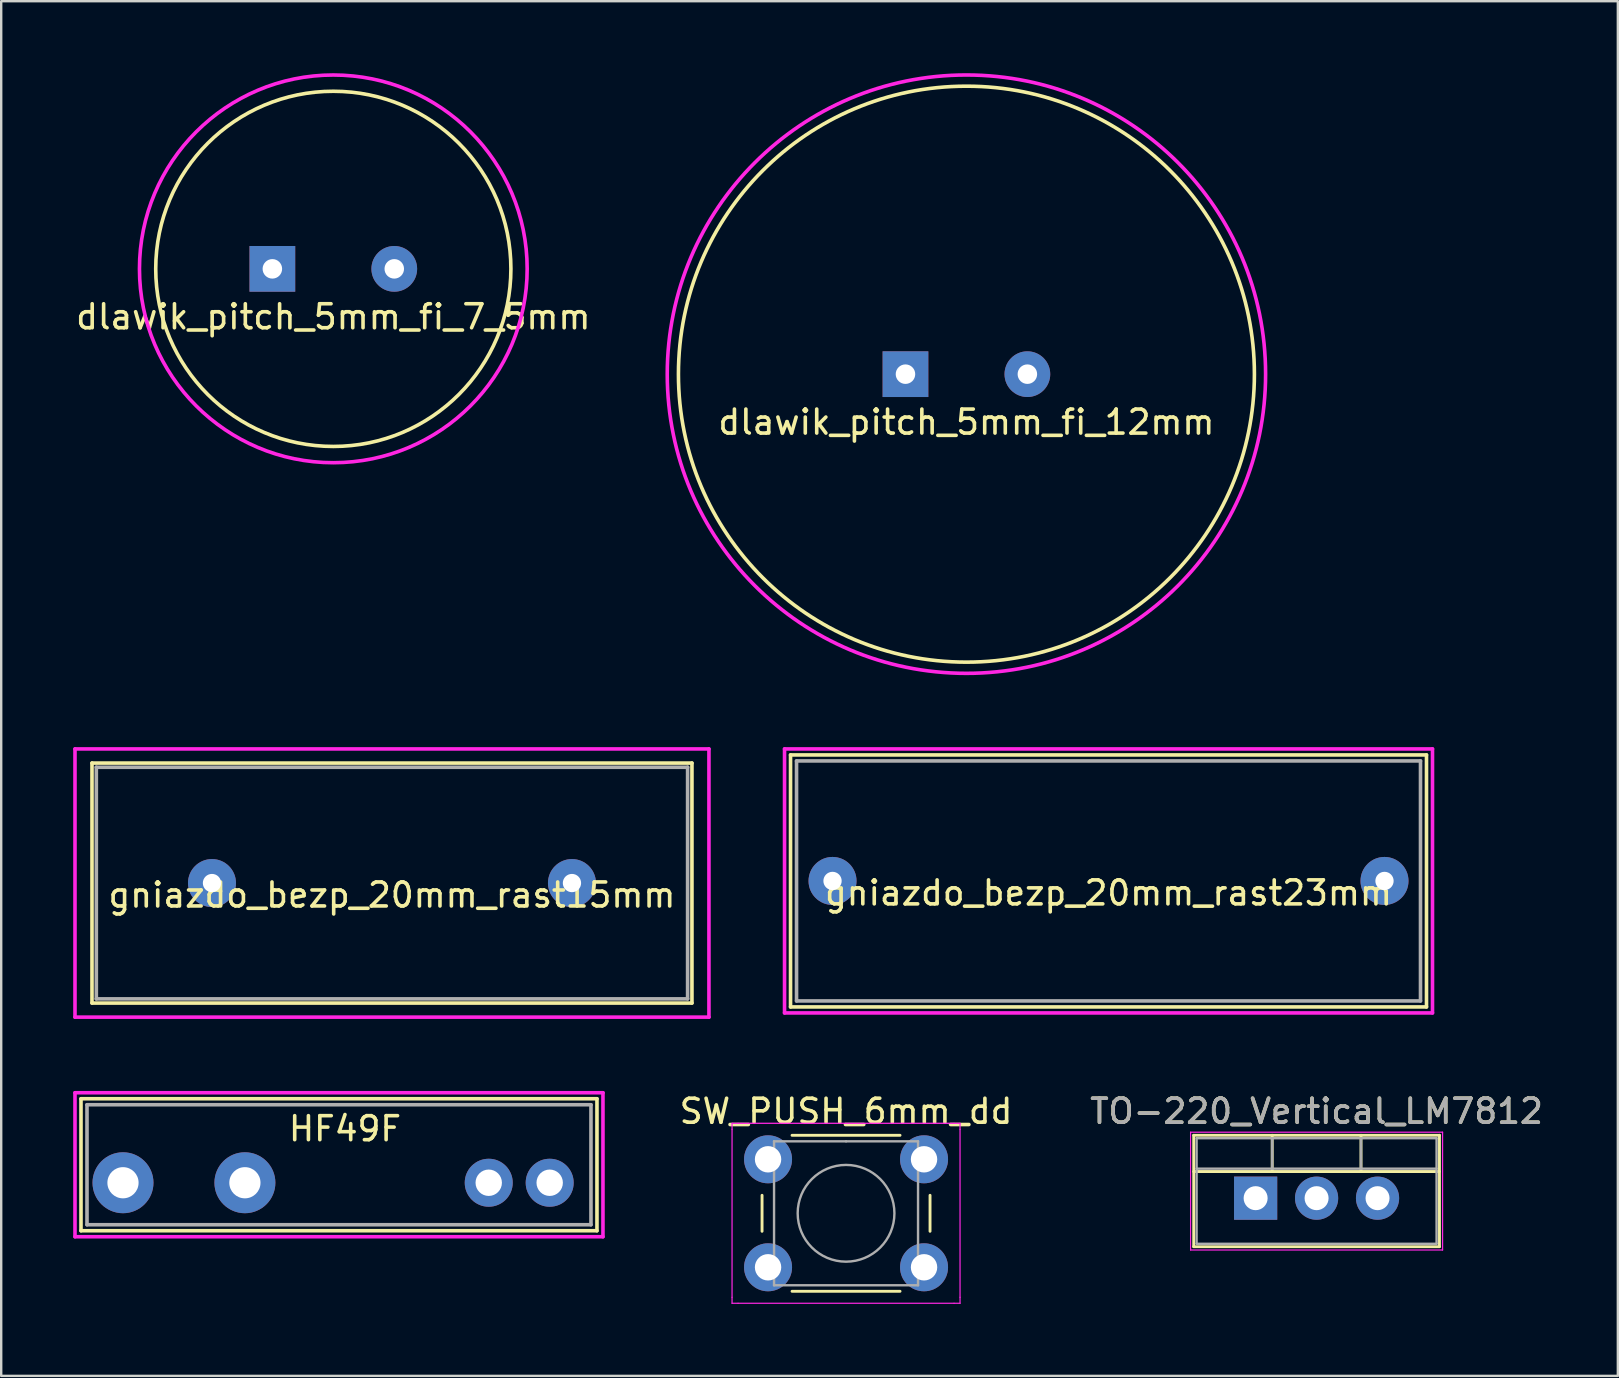
<source format=kicad_pcb>
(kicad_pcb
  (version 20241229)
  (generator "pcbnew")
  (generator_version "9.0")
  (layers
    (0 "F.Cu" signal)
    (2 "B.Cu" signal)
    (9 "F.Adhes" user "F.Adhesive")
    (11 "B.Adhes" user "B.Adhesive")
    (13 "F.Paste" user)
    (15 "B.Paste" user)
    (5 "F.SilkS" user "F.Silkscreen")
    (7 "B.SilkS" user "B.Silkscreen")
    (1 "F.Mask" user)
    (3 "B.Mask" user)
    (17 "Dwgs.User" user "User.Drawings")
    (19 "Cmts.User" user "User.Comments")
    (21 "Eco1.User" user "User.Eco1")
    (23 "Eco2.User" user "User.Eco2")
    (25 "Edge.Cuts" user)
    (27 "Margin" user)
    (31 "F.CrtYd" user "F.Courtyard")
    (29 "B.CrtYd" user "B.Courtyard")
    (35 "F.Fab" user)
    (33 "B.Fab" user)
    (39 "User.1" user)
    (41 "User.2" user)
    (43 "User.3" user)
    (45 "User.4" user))
  (footprint "SW_PUSH_6mm_dd"
    (layer "F.Cu")
    (at 28.954 45.257)
    (property "Reference" "SW_PUSH_6mm_dd" (at 3.25 -2 0) (layer "F.SilkS") (effects (font (size 1 1) (thickness 0.15))))
    (attr through_hole)
    (fp_line (start -0.25 1.5) (end -0.25 3) (stroke (width 0.12) (type solid)) (layer "F.SilkS"))
    (fp_line (start 1 5.5) (end 5.5 5.5) (stroke (width 0.12) (type solid)) (layer "F.SilkS"))
    (fp_line (start 5.5 -1) (end 1 -1) (stroke (width 0.12) (type solid)) (layer "F.SilkS"))
    (fp_line (start 6.75 3) (end 6.75 1.5) (stroke (width 0.12) (type solid)) (layer "F.SilkS"))
    (fp_line (start -1.5 -1.5) (end -1.25 -1.5) (stroke (width 0.05) (type solid)) (layer "F.CrtYd"))
    (fp_line (start -1.5 -1.25) (end -1.5 -1.5) (stroke (width 0.05) (type solid)) (layer "F.CrtYd"))
    (fp_line (start -1.5 5.75) (end -1.5 -1.25) (stroke (width 0.05) (type solid)) (layer "F.CrtYd"))
    (fp_line (start -1.5 5.75) (end -1.5 6) (stroke (width 0.05) (type solid)) (layer "F.CrtYd"))
    (fp_line (start -1.5 6) (end -1.25 6) (stroke (width 0.05) (type solid)) (layer "F.CrtYd"))
    (fp_line (start -1.25 -1.5) (end 7.75 -1.5) (stroke (width 0.05) (type solid)) (layer "F.CrtYd"))
    (fp_line (start 7.75 -1.5) (end 8 -1.5) (stroke (width 0.05) (type solid)) (layer "F.CrtYd"))
    (fp_line (start 7.75 6) (end -1.25 6) (stroke (width 0.05) (type solid)) (layer "F.CrtYd"))
    (fp_line (start 7.75 6) (end 8 6) (stroke (width 0.05) (type solid)) (layer "F.CrtYd"))
    (fp_line (start 8 -1.5) (end 8 -1.25) (stroke (width 0.05) (type solid)) (layer "F.CrtYd"))
    (fp_line (start 8 -1.25) (end 8 5.75) (stroke (width 0.05) (type solid)) (layer "F.CrtYd"))
    (fp_line (start 8 6) (end 8 5.75) (stroke (width 0.05) (type solid)) (layer "F.CrtYd"))
    (fp_line (start 0.25 -0.75) (end 3.25 -0.75) (stroke (width 0.1) (type solid)) (layer "F.Fab"))
    (fp_line (start 0.25 5.25) (end 0.25 -0.75) (stroke (width 0.1) (type solid)) (layer "F.Fab"))
    (fp_line (start 3.25 -0.75) (end 6.25 -0.75) (stroke (width 0.1) (type solid)) (layer "F.Fab"))
    (fp_line (start 6.25 -0.75) (end 6.25 5.25) (stroke (width 0.1) (type solid)) (layer "F.Fab"))
    (fp_line (start 6.25 5.25) (end 0.25 5.25) (stroke (width 0.1) (type solid)) (layer "F.Fab"))
    (fp_circle (center 3.25 2.25) (end 1.25 2.5) (stroke (width 0.1) (type solid)) (fill no) (layer "F.Fab"))
    (pad "1" thru_hole circle (at 0 0 90) (size 2 2) (drill 1.1) (layers "*.Cu" "*.Mask"))
    (pad "2" thru_hole circle (at 6.5 0 90) (size 2 2) (drill 1.1) (layers "*.Cu" "*.Mask"))
    (pad "3" thru_hole circle (at 0 4.5 90) (size 2 2) (drill 1.1) (layers "*.Cu" "*.Mask"))
    (pad "4" thru_hole circle (at 6.5 4.5 90) (size 2 2) (drill 1.1) (layers "*.Cu" "*.Mask")))
  (footprint "TO-220_Vertical_LM7812"
    (layer "F.Cu")
    (at 49.271 46.877)
    (property "Reference" "TO-220_Vertical_LM7812" (at 2.54 -3.62 0) (layer "F.SilkS") (effects (font (size 1 1) (thickness 0.15))))
    (attr through_hole)
    (fp_line (start -2.58 -2.62) (end -2.58 2.021) (stroke (width 0.12) (type solid)) (layer "F.SilkS"))
    (fp_line (start -2.58 -2.62) (end 7.66 -2.62) (stroke (width 0.12) (type solid)) (layer "F.SilkS"))
    (fp_line (start -2.58 -1.11) (end 7.66 -1.11) (stroke (width 0.12) (type solid)) (layer "F.SilkS"))
    (fp_line (start -2.58 2.021) (end 7.66 2.021) (stroke (width 0.12) (type solid)) (layer "F.SilkS"))
    (fp_line (start 0.69 -2.62) (end 0.69 -1.11) (stroke (width 0.12) (type solid)) (layer "F.SilkS"))
    (fp_line (start 4.391 -2.62) (end 4.391 -1.11) (stroke (width 0.12) (type solid)) (layer "F.SilkS"))
    (fp_line (start 7.66 -2.62) (end 7.66 2.021) (stroke (width 0.12) (type solid)) (layer "F.SilkS"))
    (fp_line (start -2.71 -2.75) (end -2.71 2.16) (stroke (width 0.05) (type solid)) (layer "F.CrtYd"))
    (fp_line (start -2.71 2.16) (end 7.79 2.16) (stroke (width 0.05) (type solid)) (layer "F.CrtYd"))
    (fp_line (start 7.79 -2.75) (end -2.71 -2.75) (stroke (width 0.05) (type solid)) (layer "F.CrtYd"))
    (fp_line (start 7.79 2.16) (end 7.79 -2.75) (stroke (width 0.05) (type solid)) (layer "F.CrtYd"))
    (fp_line (start -2.46 -2.5) (end -2.46 1.9) (stroke (width 0.1) (type solid)) (layer "F.Fab"))
    (fp_line (start -2.46 -1.23) (end 7.54 -1.23) (stroke (width 0.1) (type solid)) (layer "F.Fab"))
    (fp_line (start -2.46 1.9) (end 7.54 1.9) (stroke (width 0.1) (type solid)) (layer "F.Fab"))
    (fp_line (start 0.69 -2.5) (end 0.69 -1.23) (stroke (width 0.1) (type solid)) (layer "F.Fab"))
    (fp_line (start 4.39 -2.5) (end 4.39 -1.23) (stroke (width 0.1) (type solid)) (layer "F.Fab"))
    (fp_line (start 7.54 -2.5) (end -2.46 -2.5) (stroke (width 0.1) (type solid)) (layer "F.Fab"))
    (fp_line (start 7.54 1.9) (end 7.54 -2.5) (stroke (width 0.1) (type solid)) (layer "F.Fab"))
    (fp_text user "${REFERENCE}" (at 2.54 -3.62 0) (layer "F.Fab") (effects (font (size 1 1) (thickness 0.15))))
    (pad "GND" thru_hole oval (at 2.54 0) (size 1.8 1.8) (drill 1) (layers "*.Cu" "*.Mask"))
    (pad "VI" thru_hole rect (at 0 0) (size 1.8 1.8) (drill 1) (layers "*.Cu" "*.Mask"))
    (pad "VO" thru_hole oval (at 5.08 0) (size 1.8 1.8) (drill 1) (layers "*.Cu" "*.Mask")))
  (footprint "gniazdo_bezp_20mm_rast23mm"
    (layer "F.Cu")
    (at 43.141 33.658)
    (property "Reference" "gniazdo_bezp_20mm_rast23mm" (at 0 0.5 0) (layer "F.SilkS") (effects (font (size 1 1) (thickness 0.15))))
    (attr through_hole)
    (fp_line (start -13.25 -5.25) (end 13.25 -5.25) (stroke (width 0.15) (type solid)) (layer "F.SilkS"))
    (fp_line (start -13.25 5.25) (end -13.25 -5.25) (stroke (width 0.15) (type solid)) (layer "F.SilkS"))
    (fp_line (start 13.25 -5.25) (end 13.25 5.25) (stroke (width 0.15) (type solid)) (layer "F.SilkS"))
    (fp_line (start 13.25 5.25) (end -13.25 5.25) (stroke (width 0.15) (type solid)) (layer "F.SilkS"))
    (fp_line (start -13.5 -5.5) (end 13.5 -5.5) (stroke (width 0.15) (type solid)) (layer "F.CrtYd"))
    (fp_line (start -13.5 5.5) (end -13.5 -5.5) (stroke (width 0.15) (type solid)) (layer "F.CrtYd"))
    (fp_line (start 13.5 -5.5) (end 13.5 5.5) (stroke (width 0.15) (type solid)) (layer "F.CrtYd"))
    (fp_line (start 13.5 5.5) (end -13.5 5.5) (stroke (width 0.15) (type solid)) (layer "F.CrtYd"))
    (fp_line (start -13 -5) (end -13 5) (stroke (width 0.15) (type solid)) (layer "F.Fab"))
    (fp_line (start -13 5) (end 13 5) (stroke (width 0.15) (type solid)) (layer "F.Fab"))
    (fp_line (start 13 -5) (end -13 -5) (stroke (width 0.15) (type solid)) (layer "F.Fab"))
    (fp_line (start 13 5) (end 13 -5) (stroke (width 0.15) (type solid)) (layer "F.Fab"))
    (pad "1" thru_hole circle (at -11.5 0) (size 2 2) (drill 0.762) (layers "*.Cu" "*.Mask"))
    (pad "2" thru_hole circle (at 11.5 0) (size 2 2) (drill 0.762) (layers "*.Cu" "*.Mask")))
  (footprint "dlawik_pitch_5mm_fi_12mm"
    (layer "F.Cu")
    (at 37.22 12.541)
    (property "Reference" "dlawik_pitch_5mm_fi_12mm" (at 0 1.999 0) (layer "F.SilkS") (effects (font (size 1 1) (thickness 0.15))))
    (attr through_hole)
    (fp_circle (center 0 0) (end 12 0) (stroke (width 0.15) (type solid)) (fill no) (layer "F.SilkS"))
    (fp_circle (center 0 0) (end 12.1 3) (stroke (width 0.15) (type solid)) (fill no) (layer "F.CrtYd"))
    (pad "1" thru_hole rect (at -2.54 0) (size 1.905 1.905) (drill 0.813) (layers "*.Cu" "*.Mask"))
    (pad "2" thru_hole circle (at 2.54 0) (size 1.905 1.905) (drill 0.813) (layers "*.Cu" "*.Mask")))
  (footprint "dlawik_pitch_5mm_fi_7_5mm"
    (layer "F.Cu")
    (at 10.839 8.153)
    (property "Reference" "dlawik_pitch_5mm_fi_7_5mm" (at 0 1.999 0) (layer "F.SilkS") (effects (font (size 1 1) (thickness 0.15))))
    (attr through_hole)
    (fp_circle (center 0 0) (end 7.4 0) (stroke (width 0.15) (type solid)) (fill no) (layer "F.SilkS"))
    (fp_circle (center 0 0) (end 7.5 3) (stroke (width 0.15) (type solid)) (fill no) (layer "F.CrtYd"))
    (pad "1" thru_hole rect (at -2.54 0) (size 1.905 1.905) (drill 0.813) (layers "*.Cu" "*.Mask"))
    (pad "2" thru_hole circle (at 2.54 0) (size 1.905 1.905) (drill 0.813) (layers "*.Cu" "*.Mask")))
  (footprint "gniazdo_bezp_20mm_rast15mm"
    (layer "F.Cu")
    (at 13.283 33.746)
    (property "Reference" "gniazdo_bezp_20mm_rast15mm" (at 0 0.5 0) (layer "F.SilkS") (effects (font (size 1 1) (thickness 0.15))))
    (attr through_hole)
    (fp_line (start -12.5 -5) (end -12.5 5) (stroke (width 0.15) (type solid)) (layer "F.SilkS"))
    (fp_line (start -12.5 5) (end 12.5 5) (stroke (width 0.15) (type solid)) (layer "F.SilkS"))
    (fp_line (start 12.5 -5) (end -12.5 -5) (stroke (width 0.15) (type solid)) (layer "F.SilkS"))
    (fp_line (start 12.5 5) (end 12.5 -5) (stroke (width 0.15) (type solid)) (layer "F.SilkS"))
    (fp_line (start -13.208 -5.588) (end 13.208 -5.588) (stroke (width 0.15) (type solid)) (layer "F.CrtYd"))
    (fp_line (start -13.208 5.588) (end -13.208 -5.588) (stroke (width 0.15) (type solid)) (layer "F.CrtYd"))
    (fp_line (start 13.208 -5.588) (end 13.208 5.588) (stroke (width 0.15) (type solid)) (layer "F.CrtYd"))
    (fp_line (start 13.208 5.588) (end -13.208 5.588) (stroke (width 0.15) (type solid)) (layer "F.CrtYd"))
    (fp_line (start -12.319 -4.826) (end 12.319 -4.826) (stroke (width 0.15) (type solid)) (layer "F.Fab"))
    (fp_line (start -12.319 4.826) (end -12.319 -4.826) (stroke (width 0.15) (type solid)) (layer "F.Fab"))
    (fp_line (start 12.319 -4.826) (end 12.319 4.826) (stroke (width 0.15) (type solid)) (layer "F.Fab"))
    (fp_line (start 12.319 4.826) (end -12.319 4.826) (stroke (width 0.15) (type solid)) (layer "F.Fab"))
    (pad "1" thru_hole circle (at -7.5 0) (size 2 2) (drill 0.762) (layers "*.Cu" "*.Mask"))
    (pad "2" thru_hole circle (at 7.5 0) (size 2 2) (drill 0.762) (layers "*.Cu" "*.Mask")))
  (footprint "HF49F"
    (layer "F.Cu")
    (at 2.075 46.234)
    (property "Reference" "HF49F" (at 9.25 -2.25 0) (layer "F.SilkS") (effects (font (size 1 1) (thickness 0.15))))
    (attr through_hole)
    (fp_line (start -1.75 -3.5) (end 19.75 -3.5) (stroke (width 0.15) (type solid)) (layer "F.SilkS"))
    (fp_line (start -1.75 2) (end -1.75 -3.5) (stroke (width 0.15) (type solid)) (layer "F.SilkS"))
    (fp_line (start 19.75 -3.5) (end 19.75 2) (stroke (width 0.15) (type solid)) (layer "F.SilkS"))
    (fp_line (start 19.75 2) (end -1.75 2) (stroke (width 0.15) (type solid)) (layer "F.SilkS"))
    (fp_line (start -2 2.25) (end -2 -3.75) (stroke (width 0.15) (type solid)) (layer "F.CrtYd"))
    (fp_line (start -2 2.25) (end 20 2.25) (stroke (width 0.15) (type solid)) (layer "F.CrtYd"))
    (fp_line (start 20 -3.75) (end -2 -3.75) (stroke (width 0.15) (type solid)) (layer "F.CrtYd"))
    (fp_line (start 20 -3.75) (end 20 2.25) (stroke (width 0.15) (type solid)) (layer "F.CrtYd"))
    (fp_line (start -1.5 1.75) (end -1.5 -3.25) (stroke (width 0.15) (type solid)) (layer "F.Fab"))
    (fp_line (start -1.5 1.75) (end 19.5 1.75) (stroke (width 0.15) (type solid)) (layer "F.Fab"))
    (fp_line (start 19.5 -3.25) (end -1.5 -3.25) (stroke (width 0.15) (type solid)) (layer "F.Fab"))
    (fp_line (start 19.5 -3.25) (end 19.5 1.75) (stroke (width 0.15) (type solid)) (layer "F.Fab"))
    (pad "11" thru_hole circle (at 5.08 0) (size 2.54 2.54) (drill 1.3) (layers "*.Cu" "*.Mask"))
    (pad "14" thru_hole circle (at 0 0) (size 2.54 2.54) (drill 1.3) (layers "*.Cu" "*.Mask"))
    (pad "A1" thru_hole circle (at 17.78 0) (size 2 2) (drill 1.1) (layers "*.Cu" "*.Mask"))
    (pad "A2" thru_hole circle (at 15.24 0) (size 2 2) (drill 1.1) (layers "*.Cu" "*.Mask")))
  (gr_rect
    (start -3 -3)
    (end 64.364 54.282)
    (stroke (width 0.1) (type default))
    (fill no)
    (layer "Edge.Cuts")))
</source>
